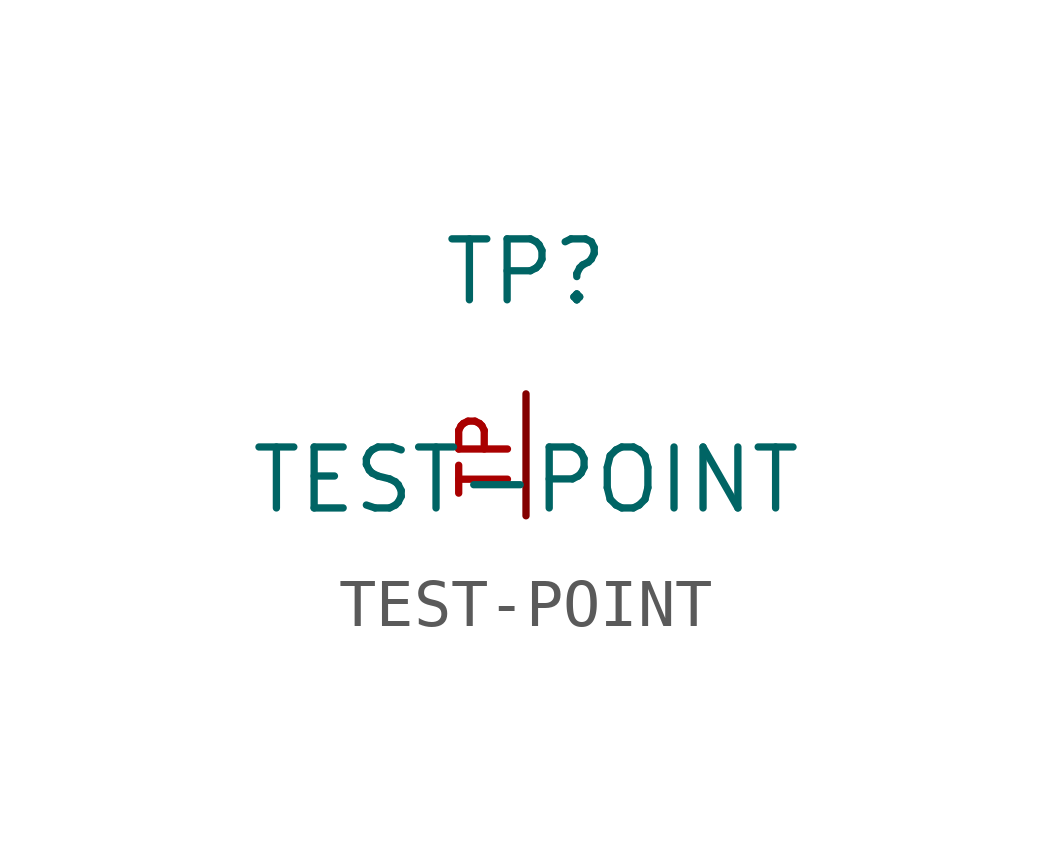
<source format=kicad_sym>
(kicad_symbol_lib
  (version 20211014)
  (generator kicad_symbol_editor)
  (symbol "TEST-POINT"
    (pin_names
      (offset 1.016))
    (property "Reference" "TP"
      (at 0.0 5.08 0)
      (effects (font (size 1.27 1.27))))
    (property "Value" "TEST-POINT"
      (at 0 0.0 0)
      (effects (font (size 1.27 1.27)) (justify bottom)))
    (symbol "TEST-POINT_0_0"
      (pin bidirectional line (at 0.0 0.0 90.0) (length 2.54) (name "~" (effects (font (size 1.016 1.016)))) (number "TP" (effects (font (size 1.016 1.016))))))))
</source>
